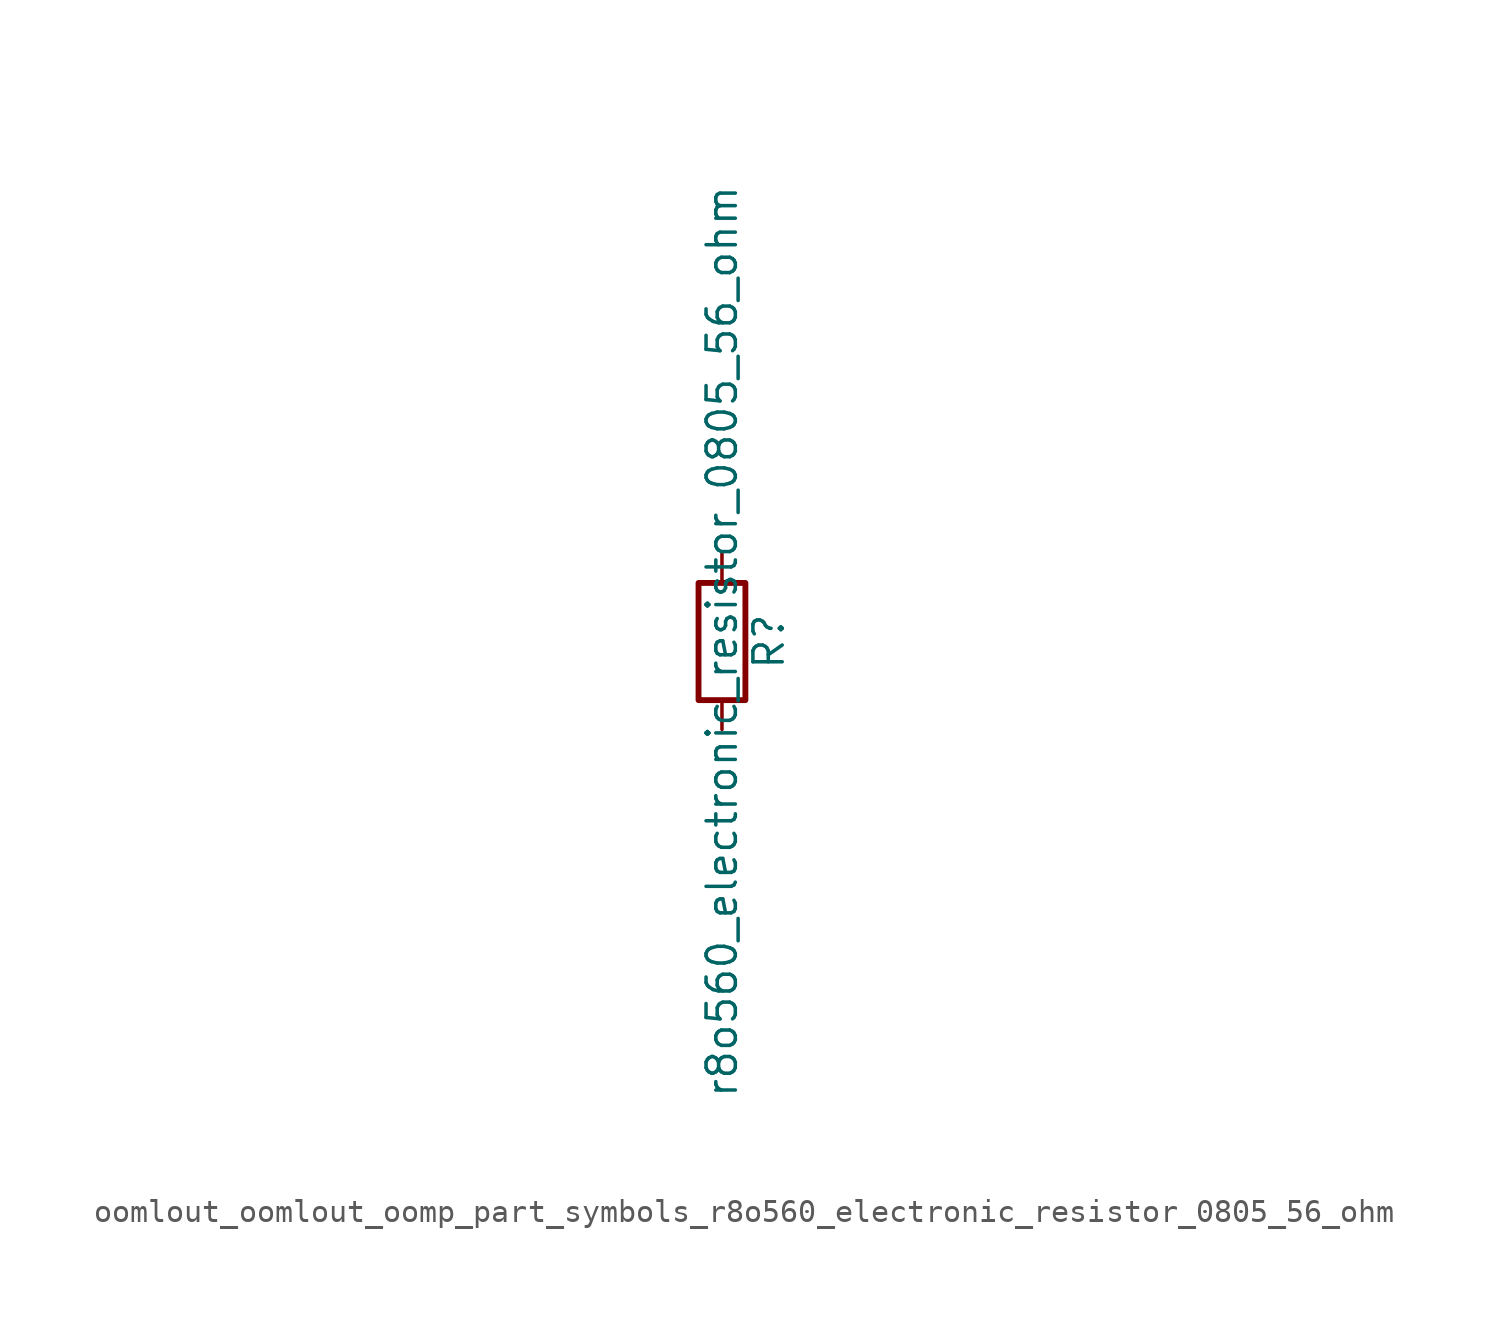
<source format=kicad_sym>
(kicad_symbol_lib
  (version 20220914)
  (generator kicad_symbol_editor)
  (symbol "oomlout_oomlout_oomp_part_symbols_r8o560_electronic_resistor_0805_56_ohm"
    (pin_numbers hide)
    (pin_names
      (offset 0))
    (property "Reference" "R"
      (at 2.032 0 90)
      (effects (font (size 1.27 1.27))))
    (property "Value" "r8o560_electronic_resistor_0805_56_ohm"
      (at 0 0 90)
      (effects (font (size 1.27 1.27))))
    (symbol "oomlout_oomlout_oomp_part_symbols_r8o560_electronic_resistor_0805_56_ohm_0_1"
      (rectangle (start -1.016 -2.54) (end 1.016 2.54) (stroke (width 0.254) (type default)) (fill (type none))))
    (symbol "oomlout_oomlout_oomp_part_symbols_r8o560_electronic_resistor_0805_56_ohm_1_1"
      (pin passive line (at 0 3.81 270) (length 1.27) (name "~" (effects (font (size 1.27 1.27)))) (number "1" (effects (font (size 1.27 1.27)))))
      (pin passive line (at 0 -3.81 90) (length 1.27) (name "~" (effects (font (size 1.27 1.27)))) (number "2" (effects (font (size 1.27 1.27))))))))
</source>
